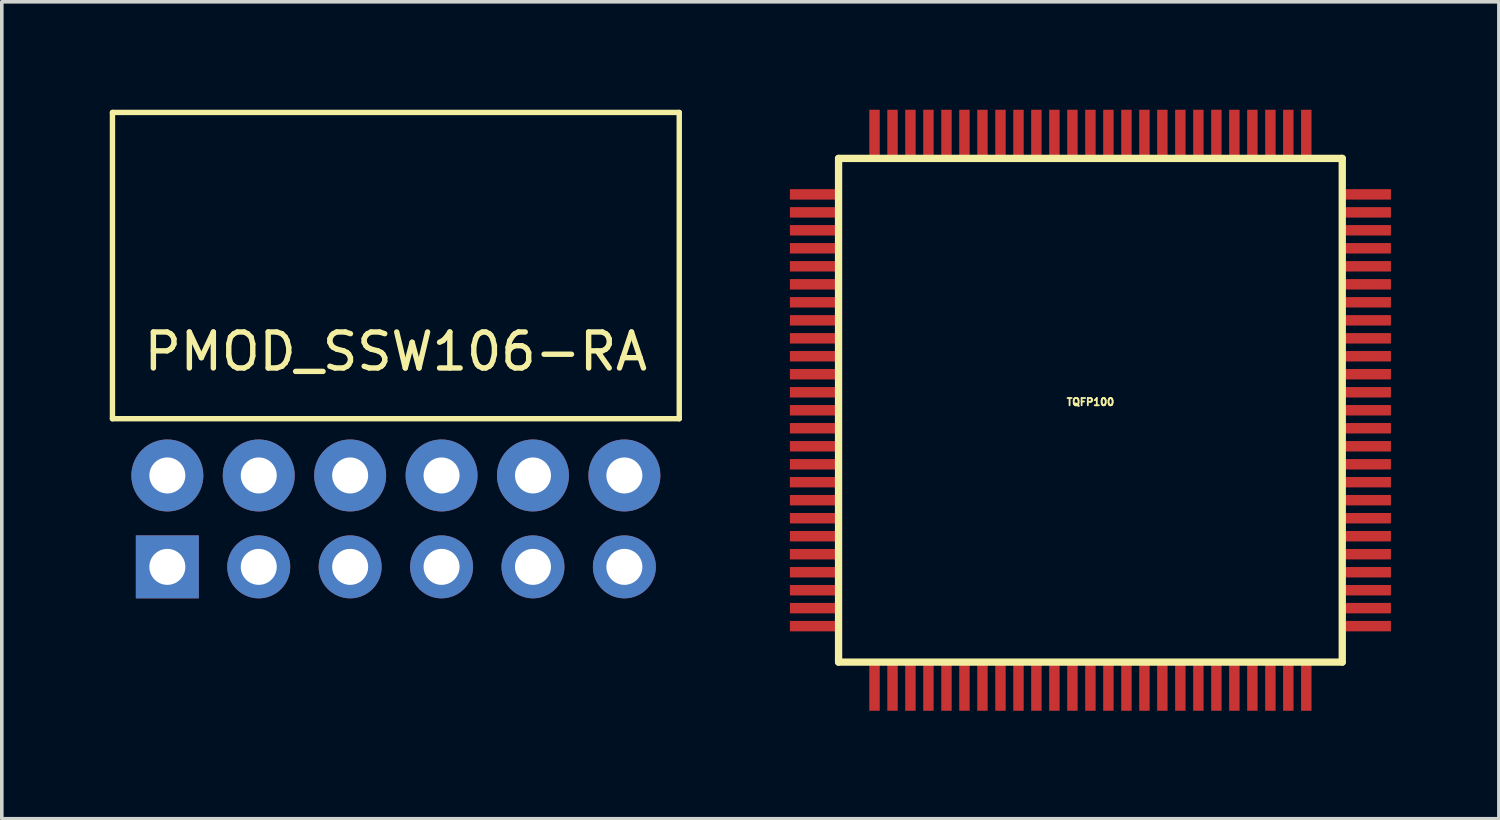
<source format=kicad_pcb>
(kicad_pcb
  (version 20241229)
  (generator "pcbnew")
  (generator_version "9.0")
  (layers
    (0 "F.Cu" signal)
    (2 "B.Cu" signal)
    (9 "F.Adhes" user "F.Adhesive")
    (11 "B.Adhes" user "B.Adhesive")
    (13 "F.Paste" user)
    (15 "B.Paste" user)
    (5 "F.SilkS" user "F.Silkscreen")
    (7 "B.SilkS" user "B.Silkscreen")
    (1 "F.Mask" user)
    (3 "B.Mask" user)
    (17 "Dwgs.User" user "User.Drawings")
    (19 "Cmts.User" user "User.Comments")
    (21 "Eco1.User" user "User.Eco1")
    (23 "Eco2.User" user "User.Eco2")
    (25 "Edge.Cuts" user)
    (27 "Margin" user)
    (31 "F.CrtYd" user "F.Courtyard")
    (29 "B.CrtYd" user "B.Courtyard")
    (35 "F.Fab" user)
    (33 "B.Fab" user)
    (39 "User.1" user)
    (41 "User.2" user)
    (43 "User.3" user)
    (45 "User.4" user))
  (footprint "PMOD_SSW106-RA"
    (layer "F.Cu")
    (at 7.95 11.432)
    (property "Reference" "PMOD_SSW106-RA" (at 0 -4.712 0) (layer "F.SilkS") (effects (font (size 1 1) (thickness 0.15))))
    (attr through_hole)
    (fp_line (start -7.875 -11.357) (end -7.875 -2.847) (stroke (width 0.15) (type solid)) (layer "F.SilkS"))
    (fp_line (start -7.875 -11.357) (end 7.875 -11.357) (stroke (width 0.15) (type solid)) (layer "F.SilkS"))
    (fp_line (start -7.875 -2.847) (end 7.875 -2.847) (stroke (width 0.15) (type solid)) (layer "F.SilkS"))
    (fp_line (start 7.875 -11.357) (end 7.875 -2.847) (stroke (width 0.15) (type solid)) (layer "F.SilkS"))
    (pad "1" thru_hole rect (at -6.35 1.27) (size 1.75 1.75) (drill 1) (layers "*.Cu" "*.Mask"))
    (pad "2" thru_hole circle (at -3.81 1.27) (size 1.75 1.75) (drill 1) (layers "*.Cu" "*.Mask"))
    (pad "3" thru_hole circle (at -1.27 1.27) (size 1.75 1.75) (drill 1) (layers "*.Cu" "*.Mask"))
    (pad "4" thru_hole circle (at 1.27 1.27) (size 1.75 1.75) (drill 1) (layers "*.Cu" "*.Mask"))
    (pad "5" thru_hole circle (at 3.81 1.27) (size 1.75 1.75) (drill 1) (layers "*.Cu" "*.Mask"))
    (pad "6" thru_hole circle (at 6.35 1.27) (size 1.75 1.75) (drill 1) (layers "*.Cu" "*.Mask"))
    (pad "7" thru_hole circle (at -6.35 -1.27) (size 2 2) (drill 1) (layers "*.Cu" "*.Mask"))
    (pad "8" thru_hole circle (at -3.81 -1.27) (size 2 2) (drill 1) (layers "*.Cu" "*.Mask"))
    (pad "9" thru_hole circle (at -1.27 -1.27) (size 2 2) (drill 1) (layers "*.Cu" "*.Mask"))
    (pad "10" thru_hole circle (at 1.27 -1.27) (size 2 2) (drill 1) (layers "*.Cu" "*.Mask"))
    (pad "11" thru_hole circle (at 3.81 -1.27) (size 2 2) (drill 1) (layers "*.Cu" "*.Mask"))
    (pad "12" thru_hole circle (at 6.35 -1.27) (size 2 2) (drill 1) (layers "*.Cu" "*.Mask")))
  (footprint "TQFP100"
    (layer "F.Cu")
    (at 27.25 8.35)
    (property "Reference" "TQFP100" (at 0 -0.229 0) (layer "F.SilkS") (effects (font (size 0.201 0.201) (thickness 0.051))))
    (attr through_hole)
    (fp_line (start -6.998 -6.998) (end 6.998 -6.998) (stroke (width 0.203) (type solid)) (layer "F.SilkS"))
    (fp_line (start -6.998 6.998) (end -6.998 -6.998) (stroke (width 0.203) (type solid)) (layer "F.SilkS"))
    (fp_line (start 6.998 -6.998) (end 6.998 6.998) (stroke (width 0.203) (type solid)) (layer "F.SilkS"))
    (fp_line (start 6.998 6.998) (end -6.998 6.998) (stroke (width 0.203) (type solid)) (layer "F.SilkS"))
    (pad "1" smd rect (at -7.676 -5.999 90) (size 0.29 1.349) (layers "F.Cu" "F.Mask" "F.Paste"))
    (pad "2" smd rect (at -7.676 -5.499 90) (size 0.29 1.349) (layers "F.Cu" "F.Mask" "F.Paste"))
    (pad "3" smd rect (at -7.676 -5.001 90) (size 0.29 1.349) (layers "F.Cu" "F.Mask" "F.Paste"))
    (pad "4" smd rect (at -7.676 -4.501 90) (size 0.29 1.349) (layers "F.Cu" "F.Mask" "F.Paste"))
    (pad "5" smd rect (at -7.676 -4 90) (size 0.29 1.349) (layers "F.Cu" "F.Mask" "F.Paste"))
    (pad "6" smd rect (at -7.676 -3.5 90) (size 0.29 1.349) (layers "F.Cu" "F.Mask" "F.Paste"))
    (pad "7" smd rect (at -7.676 -3 90) (size 0.29 1.349) (layers "F.Cu" "F.Mask" "F.Paste"))
    (pad "8" smd rect (at -7.676 -2.499 90) (size 0.29 1.349) (layers "F.Cu" "F.Mask" "F.Paste"))
    (pad "9" smd rect (at -7.676 -1.999 90) (size 0.29 1.349) (layers "F.Cu" "F.Mask" "F.Paste"))
    (pad "10" smd rect (at -7.676 -1.501 90) (size 0.29 1.349) (layers "F.Cu" "F.Mask" "F.Paste"))
    (pad "11" smd rect (at -7.676 -1.001 90) (size 0.29 1.349) (layers "F.Cu" "F.Mask" "F.Paste"))
    (pad "12" smd rect (at -7.676 -0.5 90) (size 0.29 1.349) (layers "F.Cu" "F.Mask" "F.Paste"))
    (pad "13" smd rect (at -7.676 0 90) (size 0.29 1.349) (layers "F.Cu" "F.Mask" "F.Paste"))
    (pad "14" smd rect (at -7.676 0.5 90) (size 0.29 1.349) (layers "F.Cu" "F.Mask" "F.Paste"))
    (pad "15" smd rect (at -7.676 1.001 90) (size 0.29 1.349) (layers "F.Cu" "F.Mask" "F.Paste"))
    (pad "16" smd rect (at -7.676 1.501 90) (size 0.29 1.349) (layers "F.Cu" "F.Mask" "F.Paste"))
    (pad "17" smd rect (at -7.676 1.999 90) (size 0.29 1.349) (layers "F.Cu" "F.Mask" "F.Paste"))
    (pad "18" smd rect (at -7.676 2.499 90) (size 0.29 1.349) (layers "F.Cu" "F.Mask" "F.Paste"))
    (pad "19" smd rect (at -7.676 3 90) (size 0.29 1.349) (layers "F.Cu" "F.Mask" "F.Paste"))
    (pad "20" smd rect (at -7.676 3.5 90) (size 0.29 1.349) (layers "F.Cu" "F.Mask" "F.Paste"))
    (pad "21" smd rect (at -7.676 4 90) (size 0.29 1.349) (layers "F.Cu" "F.Mask" "F.Paste"))
    (pad "22" smd rect (at -7.676 4.501 90) (size 0.29 1.349) (layers "F.Cu" "F.Mask" "F.Paste"))
    (pad "23" smd rect (at -7.676 5.001 90) (size 0.29 1.349) (layers "F.Cu" "F.Mask" "F.Paste"))
    (pad "24" smd rect (at -7.676 5.499 90) (size 0.29 1.349) (layers "F.Cu" "F.Mask" "F.Paste"))
    (pad "25" smd rect (at -7.676 5.999 90) (size 0.29 1.349) (layers "F.Cu" "F.Mask" "F.Paste"))
    (pad "26" smd rect (at -5.999 7.676) (size 0.29 1.349) (layers "F.Cu" "F.Mask" "F.Paste"))
    (pad "27" smd rect (at -5.499 7.676) (size 0.29 1.349) (layers "F.Cu" "F.Mask" "F.Paste"))
    (pad "28" smd rect (at -5.001 7.676) (size 0.29 1.349) (layers "F.Cu" "F.Mask" "F.Paste"))
    (pad "29" smd rect (at -4.501 7.676) (size 0.29 1.349) (layers "F.Cu" "F.Mask" "F.Paste"))
    (pad "30" smd rect (at -4 7.676) (size 0.29 1.349) (layers "F.Cu" "F.Mask" "F.Paste"))
    (pad "31" smd rect (at -3.5 7.676) (size 0.29 1.349) (layers "F.Cu" "F.Mask" "F.Paste"))
    (pad "32" smd rect (at -3 7.676) (size 0.29 1.349) (layers "F.Cu" "F.Mask" "F.Paste"))
    (pad "33" smd rect (at -2.499 7.676) (size 0.29 1.349) (layers "F.Cu" "F.Mask" "F.Paste"))
    (pad "34" smd rect (at -1.999 7.676) (size 0.29 1.349) (layers "F.Cu" "F.Mask" "F.Paste"))
    (pad "35" smd rect (at -1.501 7.676) (size 0.29 1.349) (layers "F.Cu" "F.Mask" "F.Paste"))
    (pad "36" smd rect (at -1.001 7.676) (size 0.29 1.349) (layers "F.Cu" "F.Mask" "F.Paste"))
    (pad "37" smd rect (at -0.5 7.676) (size 0.29 1.349) (layers "F.Cu" "F.Mask" "F.Paste"))
    (pad "38" smd rect (at 0 7.676) (size 0.29 1.349) (layers "F.Cu" "F.Mask" "F.Paste"))
    (pad "39" smd rect (at 0.5 7.676) (size 0.29 1.349) (layers "F.Cu" "F.Mask" "F.Paste"))
    (pad "40" smd rect (at 1.001 7.676) (size 0.29 1.349) (layers "F.Cu" "F.Mask" "F.Paste"))
    (pad "41" smd rect (at 1.501 7.676) (size 0.29 1.349) (layers "F.Cu" "F.Mask" "F.Paste"))
    (pad "42" smd rect (at 1.999 7.676) (size 0.29 1.349) (layers "F.Cu" "F.Mask" "F.Paste"))
    (pad "43" smd rect (at 2.499 7.676) (size 0.29 1.349) (layers "F.Cu" "F.Mask" "F.Paste"))
    (pad "44" smd rect (at 3 7.676) (size 0.29 1.349) (layers "F.Cu" "F.Mask" "F.Paste"))
    (pad "45" smd rect (at 3.5 7.676) (size 0.29 1.349) (layers "F.Cu" "F.Mask" "F.Paste"))
    (pad "46" smd rect (at 4 7.676) (size 0.29 1.349) (layers "F.Cu" "F.Mask" "F.Paste"))
    (pad "47" smd rect (at 4.501 7.676) (size 0.29 1.349) (layers "F.Cu" "F.Mask" "F.Paste"))
    (pad "48" smd rect (at 5.001 7.676) (size 0.29 1.349) (layers "F.Cu" "F.Mask" "F.Paste"))
    (pad "49" smd rect (at 5.499 7.676) (size 0.29 1.349) (layers "F.Cu" "F.Mask" "F.Paste"))
    (pad "50" smd rect (at 5.999 7.676) (size 0.29 1.349) (layers "F.Cu" "F.Mask" "F.Paste"))
    (pad "51" smd rect (at 7.676 5.999 270) (size 0.29 1.349) (layers "F.Cu" "F.Mask" "F.Paste"))
    (pad "52" smd rect (at 7.676 5.499 270) (size 0.29 1.349) (layers "F.Cu" "F.Mask" "F.Paste"))
    (pad "53" smd rect (at 7.676 5.001 270) (size 0.29 1.349) (layers "F.Cu" "F.Mask" "F.Paste"))
    (pad "54" smd rect (at 7.676 4.501 270) (size 0.29 1.349) (layers "F.Cu" "F.Mask" "F.Paste"))
    (pad "55" smd rect (at 7.676 4 270) (size 0.29 1.349) (layers "F.Cu" "F.Mask" "F.Paste"))
    (pad "56" smd rect (at 7.676 3.5 270) (size 0.29 1.349) (layers "F.Cu" "F.Mask" "F.Paste"))
    (pad "57" smd rect (at 7.676 3 270) (size 0.29 1.349) (layers "F.Cu" "F.Mask" "F.Paste"))
    (pad "58" smd rect (at 7.676 2.499 270) (size 0.29 1.349) (layers "F.Cu" "F.Mask" "F.Paste"))
    (pad "59" smd rect (at 7.676 1.999 270) (size 0.29 1.349) (layers "F.Cu" "F.Mask" "F.Paste"))
    (pad "60" smd rect (at 7.676 1.501 270) (size 0.29 1.349) (layers "F.Cu" "F.Mask" "F.Paste"))
    (pad "61" smd rect (at 7.676 1.001 270) (size 0.29 1.349) (layers "F.Cu" "F.Mask" "F.Paste"))
    (pad "62" smd rect (at 7.676 0.5 270) (size 0.29 1.349) (layers "F.Cu" "F.Mask" "F.Paste"))
    (pad "63" smd rect (at 7.676 0 270) (size 0.29 1.349) (layers "F.Cu" "F.Mask" "F.Paste"))
    (pad "64" smd rect (at 7.676 -0.5 270) (size 0.29 1.349) (layers "F.Cu" "F.Mask" "F.Paste"))
    (pad "65" smd rect (at 7.676 -1.001 270) (size 0.29 1.349) (layers "F.Cu" "F.Mask" "F.Paste"))
    (pad "66" smd rect (at 7.676 -1.501 270) (size 0.29 1.349) (layers "F.Cu" "F.Mask" "F.Paste"))
    (pad "67" smd rect (at 7.676 -1.999 270) (size 0.29 1.349) (layers "F.Cu" "F.Mask" "F.Paste"))
    (pad "68" smd rect (at 7.676 -2.499 270) (size 0.29 1.349) (layers "F.Cu" "F.Mask" "F.Paste"))
    (pad "69" smd rect (at 7.676 -3 270) (size 0.29 1.349) (layers "F.Cu" "F.Mask" "F.Paste"))
    (pad "70" smd rect (at 7.676 -3.5 270) (size 0.29 1.349) (layers "F.Cu" "F.Mask" "F.Paste"))
    (pad "71" smd rect (at 7.676 -4 270) (size 0.29 1.349) (layers "F.Cu" "F.Mask" "F.Paste"))
    (pad "72" smd rect (at 7.676 -4.501 270) (size 0.29 1.349) (layers "F.Cu" "F.Mask" "F.Paste"))
    (pad "73" smd rect (at 7.676 -5.001 270) (size 0.29 1.349) (layers "F.Cu" "F.Mask" "F.Paste"))
    (pad "74" smd rect (at 7.676 -5.499 270) (size 0.29 1.349) (layers "F.Cu" "F.Mask" "F.Paste"))
    (pad "75" smd rect (at 7.676 -5.999 270) (size 0.29 1.349) (layers "F.Cu" "F.Mask" "F.Paste"))
    (pad "76" smd rect (at 5.999 -7.676 180) (size 0.29 1.349) (layers "F.Cu" "F.Mask" "F.Paste"))
    (pad "77" smd rect (at 5.499 -7.676 180) (size 0.29 1.349) (layers "F.Cu" "F.Mask" "F.Paste"))
    (pad "78" smd rect (at 5.001 -7.676 180) (size 0.29 1.349) (layers "F.Cu" "F.Mask" "F.Paste"))
    (pad "79" smd rect (at 4.501 -7.676 180) (size 0.29 1.349) (layers "F.Cu" "F.Mask" "F.Paste"))
    (pad "80" smd rect (at 4 -7.676 180) (size 0.29 1.349) (layers "F.Cu" "F.Mask" "F.Paste"))
    (pad "81" smd rect (at 3.5 -7.676 180) (size 0.29 1.349) (layers "F.Cu" "F.Mask" "F.Paste"))
    (pad "82" smd rect (at 3 -7.676 180) (size 0.29 1.349) (layers "F.Cu" "F.Mask" "F.Paste"))
    (pad "83" smd rect (at 2.499 -7.676 180) (size 0.29 1.349) (layers "F.Cu" "F.Mask" "F.Paste"))
    (pad "84" smd rect (at 1.999 -7.676 180) (size 0.29 1.349) (layers "F.Cu" "F.Mask" "F.Paste"))
    (pad "85" smd rect (at 1.501 -7.676 180) (size 0.29 1.349) (layers "F.Cu" "F.Mask" "F.Paste"))
    (pad "86" smd rect (at 1.001 -7.676 180) (size 0.29 1.349) (layers "F.Cu" "F.Mask" "F.Paste"))
    (pad "87" smd rect (at 0.5 -7.676 180) (size 0.29 1.349) (layers "F.Cu" "F.Mask" "F.Paste"))
    (pad "88" smd rect (at 0 -7.676 180) (size 0.29 1.349) (layers "F.Cu" "F.Mask" "F.Paste"))
    (pad "89" smd rect (at -0.5 -7.676 180) (size 0.29 1.349) (layers "F.Cu" "F.Mask" "F.Paste"))
    (pad "90" smd rect (at -1.001 -7.676 180) (size 0.29 1.349) (layers "F.Cu" "F.Mask" "F.Paste"))
    (pad "91" smd rect (at -1.501 -7.676 180) (size 0.29 1.349) (layers "F.Cu" "F.Mask" "F.Paste"))
    (pad "92" smd rect (at -1.999 -7.676 180) (size 0.29 1.349) (layers "F.Cu" "F.Mask" "F.Paste"))
    (pad "93" smd rect (at -2.499 -7.676 180) (size 0.29 1.349) (layers "F.Cu" "F.Mask" "F.Paste"))
    (pad "94" smd rect (at -3 -7.676 180) (size 0.29 1.349) (layers "F.Cu" "F.Mask" "F.Paste"))
    (pad "95" smd rect (at -3.5 -7.676 180) (size 0.29 1.349) (layers "F.Cu" "F.Mask" "F.Paste"))
    (pad "96" smd rect (at -4 -7.676 180) (size 0.29 1.349) (layers "F.Cu" "F.Mask" "F.Paste"))
    (pad "97" smd rect (at -4.501 -7.676 180) (size 0.29 1.349) (layers "F.Cu" "F.Mask" "F.Paste"))
    (pad "98" smd rect (at -5.001 -7.676 180) (size 0.29 1.349) (layers "F.Cu" "F.Mask" "F.Paste"))
    (pad "99" smd rect (at -5.499 -7.676 180) (size 0.29 1.349) (layers "F.Cu" "F.Mask" "F.Paste"))
    (pad "100" smd rect (at -5.999 -7.676 180) (size 0.29 1.349) (layers "F.Cu" "F.Mask" "F.Paste")))
  (gr_rect
    (start -3 -3)
    (end 38.6 19.701)
    (stroke (width 0.1) (type default))
    (fill no)
    (layer "Edge.Cuts")))
</source>
